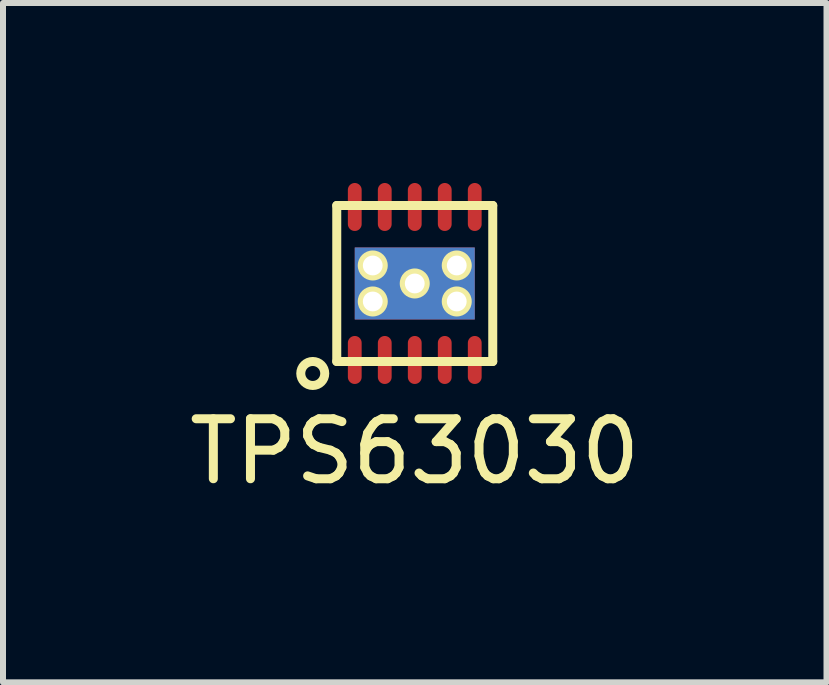
<source format=kicad_pcb>
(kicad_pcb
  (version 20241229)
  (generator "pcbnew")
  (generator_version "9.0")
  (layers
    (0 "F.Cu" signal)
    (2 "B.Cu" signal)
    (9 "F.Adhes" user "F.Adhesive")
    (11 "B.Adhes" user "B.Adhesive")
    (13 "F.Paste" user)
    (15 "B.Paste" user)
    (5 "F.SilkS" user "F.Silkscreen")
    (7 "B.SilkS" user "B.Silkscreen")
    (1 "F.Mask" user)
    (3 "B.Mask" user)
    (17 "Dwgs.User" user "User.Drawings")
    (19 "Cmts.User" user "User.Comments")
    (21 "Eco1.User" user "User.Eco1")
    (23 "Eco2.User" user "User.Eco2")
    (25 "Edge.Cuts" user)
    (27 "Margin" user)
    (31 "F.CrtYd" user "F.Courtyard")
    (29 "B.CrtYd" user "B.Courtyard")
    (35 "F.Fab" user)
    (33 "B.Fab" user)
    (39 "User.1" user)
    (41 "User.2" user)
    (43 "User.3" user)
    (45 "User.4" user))
  (footprint "TPS63030"
    (layer "F.Cu")
    (at 3.863 1.675)
    (property "Reference" "TPS63030" (at 0 2.8 0) (layer "F.SilkS") (effects (font (size 1 1) (thickness 0.15))))
    (attr through_hole)
    (fp_line (start -1.3 -1.3) (end 1.3 -1.3) (stroke (width 0.15) (type solid)) (layer "F.SilkS"))
    (fp_line (start -1.3 1.3) (end -1.3 -1.3) (stroke (width 0.15) (type solid)) (layer "F.SilkS"))
    (fp_line (start 1.3 -1.3) (end 1.3 1.3) (stroke (width 0.15) (type solid)) (layer "F.SilkS"))
    (fp_line (start 1.3 1.3) (end -1.3 1.3) (stroke (width 0.15) (type solid)) (layer "F.SilkS"))
    (fp_circle (center -1.7 1.5) (end -1.5 1.5) (stroke (width 0.15) (type solid)) (fill no) (layer "F.SilkS"))
    (pad "1" smd oval (at -1 1.275) (size 0.23 0.8) (layers "F.Cu" "F.Mask" "F.Paste"))
    (pad "2" smd oval (at -0.5 1.275) (size 0.23 0.8) (layers "F.Cu" "F.Mask" "F.Paste"))
    (pad "3" smd oval (at 0 1.275) (size 0.23 0.8) (layers "F.Cu" "F.Mask" "F.Paste"))
    (pad "4" smd oval (at 0.5 1.275) (size 0.23 0.8) (layers "F.Cu" "F.Mask" "F.Paste"))
    (pad "5" smd oval (at 1 1.275) (size 0.23 0.8) (layers "F.Cu" "F.Mask" "F.Paste"))
    (pad "6" smd oval (at 1 -1.275) (size 0.23 0.8) (layers "F.Cu" "F.Mask" "F.Paste"))
    (pad "7" smd oval (at 0.5 -1.275) (size 0.23 0.8) (layers "F.Cu" "F.Mask" "F.Paste"))
    (pad "8" smd oval (at 0 -1.275) (size 0.23 0.8) (layers "F.Cu" "F.Mask" "F.Paste"))
    (pad "9" smd oval (at -0.5 -1.275) (size 0.23 0.8) (layers "F.Cu" "F.Mask" "F.Paste"))
    (pad "10" smd oval (at -1 -1.275) (size 0.23 0.8) (layers "F.Cu" "F.Mask" "F.Paste"))
    (pad "11" thru_hole circle (at -0.7 -0.3) (size 0.5 0.5) (drill 0.33) (layers "*.Cu" "*.Mask" "F.SilkS"))
    (pad "11" thru_hole circle (at -0.7 0.3) (size 0.5 0.5) (drill 0.33) (layers "*.Cu" "*.Mask" "F.SilkS"))
    (pad "11" thru_hole circle (at 0 0) (size 0.5 0.5) (drill 0.33) (layers "*.Cu" "*.Mask" "F.SilkS"))
    (pad "11" smd rect (at 0 0) (size 2 1.2) (layers "*.Cu" "*.Mask" "F.Paste"))
    (pad "11" thru_hole circle (at 0.7 -0.3) (size 0.5 0.5) (drill 0.33) (layers "*.Cu" "*.Mask" "F.SilkS"))
    (pad "11" thru_hole circle (at 0.7 0.3) (size 0.5 0.5) (drill 0.33) (layers "*.Cu" "*.Mask" "F.SilkS")))
  (gr_rect
    (start -3 -3)
    (end 10.726 8.323)
    (stroke (width 0.1) (type default))
    (fill no)
    (layer "Edge.Cuts")))
</source>
